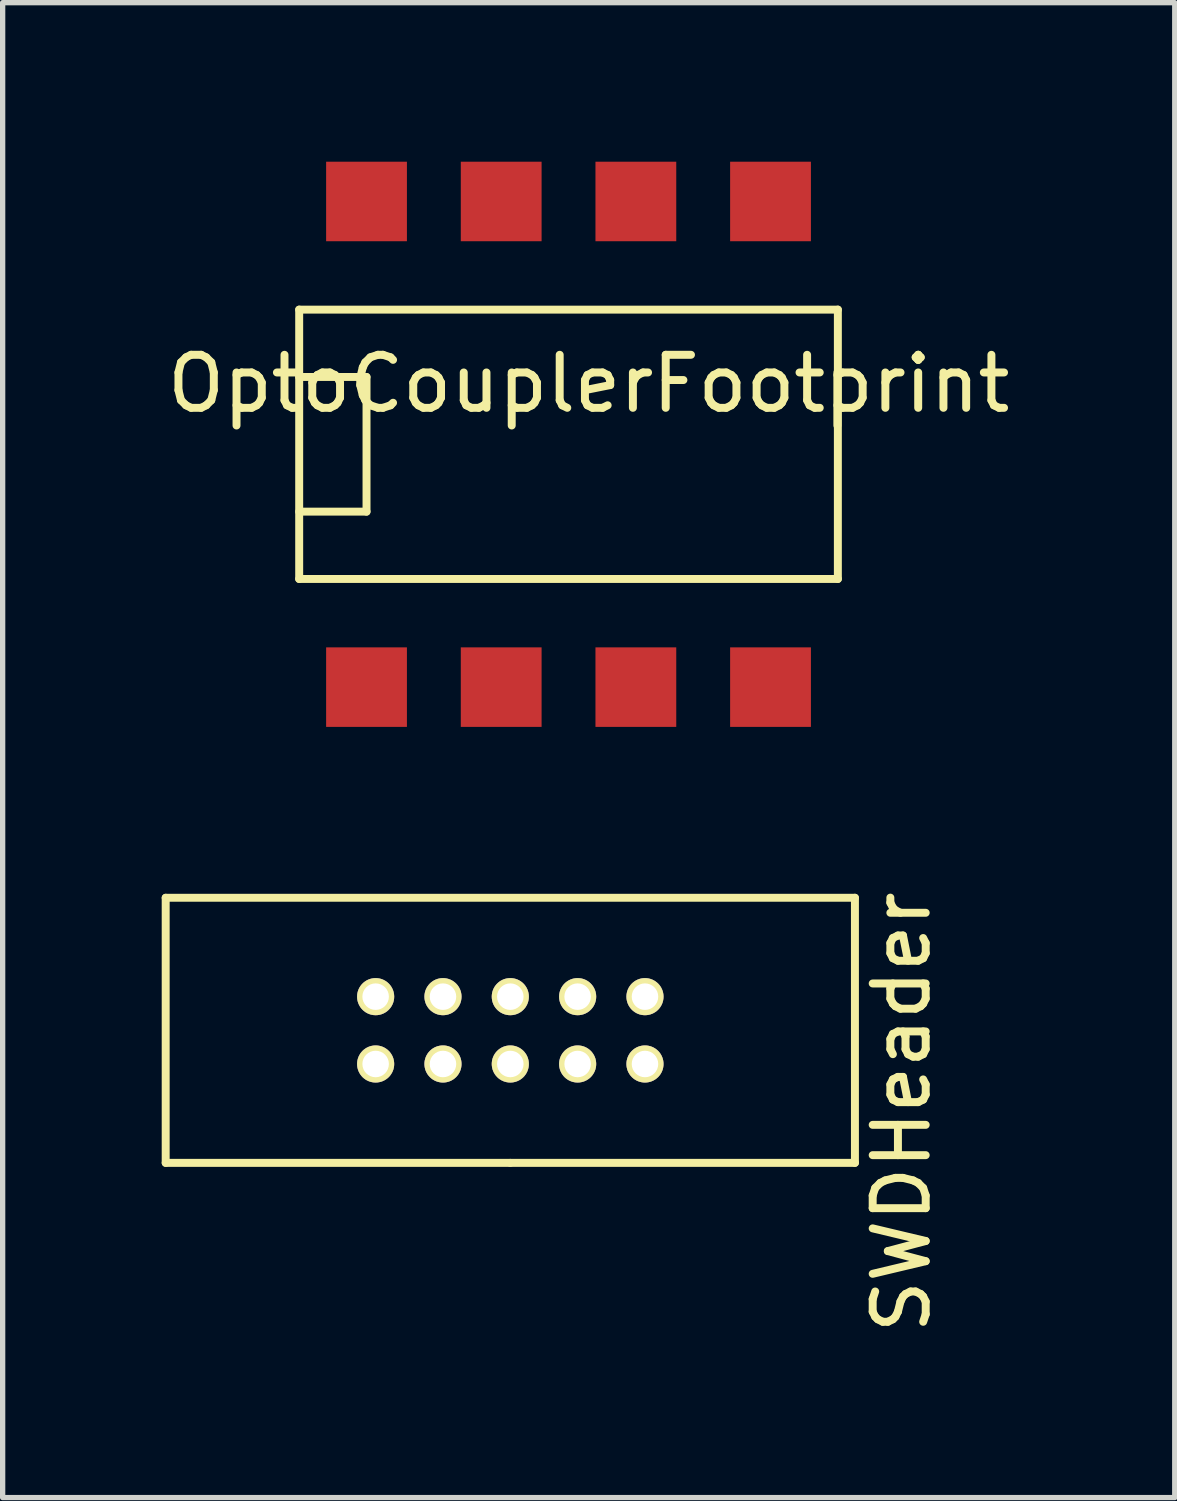
<source format=kicad_pcb>
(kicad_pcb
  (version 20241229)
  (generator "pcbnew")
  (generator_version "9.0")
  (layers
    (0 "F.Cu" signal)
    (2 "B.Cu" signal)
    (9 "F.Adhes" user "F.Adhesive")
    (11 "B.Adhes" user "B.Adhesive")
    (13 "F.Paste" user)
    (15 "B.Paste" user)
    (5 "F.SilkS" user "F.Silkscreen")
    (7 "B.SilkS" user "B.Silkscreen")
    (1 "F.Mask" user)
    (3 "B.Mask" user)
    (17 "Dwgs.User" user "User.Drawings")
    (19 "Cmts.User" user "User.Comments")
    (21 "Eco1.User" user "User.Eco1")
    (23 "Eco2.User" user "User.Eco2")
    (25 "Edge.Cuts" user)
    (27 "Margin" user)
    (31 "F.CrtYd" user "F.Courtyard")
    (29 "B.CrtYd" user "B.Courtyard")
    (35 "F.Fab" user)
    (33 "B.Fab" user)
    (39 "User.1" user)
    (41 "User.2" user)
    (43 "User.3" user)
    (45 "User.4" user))
  (footprint "OptoCouplerFootprint"
    (layer "F.Cu")
    (at 7.673 5.33)
    (property "Reference" "OptoCouplerFootprint" (at 0.381 -1.143 0) (layer "F.SilkS") (effects (font (size 1 1) (thickness 0.15))))
    (attr smd)
    (fp_line (start -5.08 -2.54) (end -5.08 2.54) (stroke (width 0.15) (type solid)) (layer "F.SilkS"))
    (fp_line (start -5.08 -1.27) (end -3.81 -1.27) (stroke (width 0.15) (type solid)) (layer "F.SilkS"))
    (fp_line (start -5.08 2.54) (end 5.08 2.54) (stroke (width 0.15) (type solid)) (layer "F.SilkS"))
    (fp_line (start -3.81 -1.27) (end -3.81 1.27) (stroke (width 0.15) (type solid)) (layer "F.SilkS"))
    (fp_line (start -3.81 1.27) (end -5.08 1.27) (stroke (width 0.15) (type solid)) (layer "F.SilkS"))
    (fp_line (start 5.08 -2.54) (end -5.08 -2.54) (stroke (width 0.15) (type solid)) (layer "F.SilkS"))
    (fp_line (start 5.08 2.54) (end 5.08 -2.54) (stroke (width 0.15) (type solid)) (layer "F.SilkS"))
    (pad "1" smd rect (at -3.81 4.58) (size 1.524 1.5) (layers "F.Cu" "F.Mask" "F.Paste"))
    (pad "2" smd rect (at -1.27 4.58) (size 1.524 1.5) (layers "F.Cu" "F.Mask" "F.Paste"))
    (pad "3" smd rect (at 1.27 4.58) (size 1.524 1.5) (layers "F.Cu" "F.Mask" "F.Paste"))
    (pad "4" smd rect (at 3.81 4.58) (size 1.524 1.5) (layers "F.Cu" "F.Mask" "F.Paste"))
    (pad "5" smd rect (at 3.81 -4.58) (size 1.524 1.5) (layers "F.Cu" "F.Mask" "F.Paste"))
    (pad "6" smd rect (at 1.27 -4.58) (size 1.524 1.5) (layers "F.Cu" "F.Mask" "F.Paste"))
    (pad "7" smd rect (at -1.27 -4.58) (size 1.524 1.5) (layers "F.Cu" "F.Mask" "F.Paste"))
    (pad "8" smd rect (at -3.81 -4.58) (size 1.524 1.5) (layers "F.Cu" "F.Mask" "F.Paste")))
  (footprint "SWDHeader"
    (layer "F.Cu")
    (at 6.575 16.383)
    (property "Reference" "SWDHeader" (at 7.38 1.545 90) (layer "F.SilkS") (effects (font (size 1 1) (thickness 0.15))))
    (attr through_hole)
    (fp_line (start -6.5 -2.5) (end -6.5 2.5) (stroke (width 0.15) (type solid)) (layer "F.SilkS"))
    (fp_line (start -6.5 2.5) (end 0 2.5) (stroke (width 0.15) (type solid)) (layer "F.SilkS"))
    (fp_line (start 0 2.5) (end 6.5 2.5) (stroke (width 0.15) (type solid)) (layer "F.SilkS"))
    (fp_line (start 6.5 -2.5) (end -6.5 -2.5) (stroke (width 0.15) (type solid)) (layer "F.SilkS"))
    (fp_line (start 6.5 2.5) (end 6.5 -2.5) (stroke (width 0.15) (type solid)) (layer "F.SilkS"))
    (pad "1" thru_hole circle (at -2.54 0.635) (size 0.7 0.7) (drill 0.5) (layers "*.Cu" "*.Mask" "F.SilkS"))
    (pad "2" thru_hole circle (at -2.54 -0.635) (size 0.7 0.7) (drill 0.5) (layers "*.Cu" "*.Mask" "F.SilkS"))
    (pad "3" thru_hole circle (at -1.27 0.635) (size 0.7 0.7) (drill 0.5) (layers "*.Cu" "*.Mask" "F.SilkS"))
    (pad "4" thru_hole circle (at -1.27 -0.635) (size 0.7 0.7) (drill 0.5) (layers "*.Cu" "*.Mask" "F.SilkS"))
    (pad "5" thru_hole circle (at 0 0.635) (size 0.7 0.7) (drill 0.5) (layers "*.Cu" "*.Mask" "F.SilkS"))
    (pad "6" thru_hole circle (at 0 -0.635) (size 0.7 0.7) (drill 0.5) (layers "*.Cu" "*.Mask" "F.SilkS"))
    (pad "7" thru_hole circle (at 1.27 0.635) (size 0.7 0.7) (drill 0.5) (layers "*.Cu" "*.Mask" "F.SilkS"))
    (pad "8" thru_hole circle (at 1.27 -0.635) (size 0.7 0.7) (drill 0.5) (layers "*.Cu" "*.Mask" "F.SilkS"))
    (pad "9" thru_hole circle (at 2.54 0.635) (size 0.7 0.7) (drill 0.5) (layers "*.Cu" "*.Mask" "F.SilkS"))
    (pad "10" thru_hole circle (at 2.54 -0.635) (size 0.7 0.7) (drill 0.5) (layers "*.Cu" "*.Mask" "F.SilkS")))
  (gr_rect
    (start -3 -3)
    (end 19.107 25.196)
    (stroke (width 0.1) (type default))
    (fill no)
    (layer "Edge.Cuts")))
</source>
